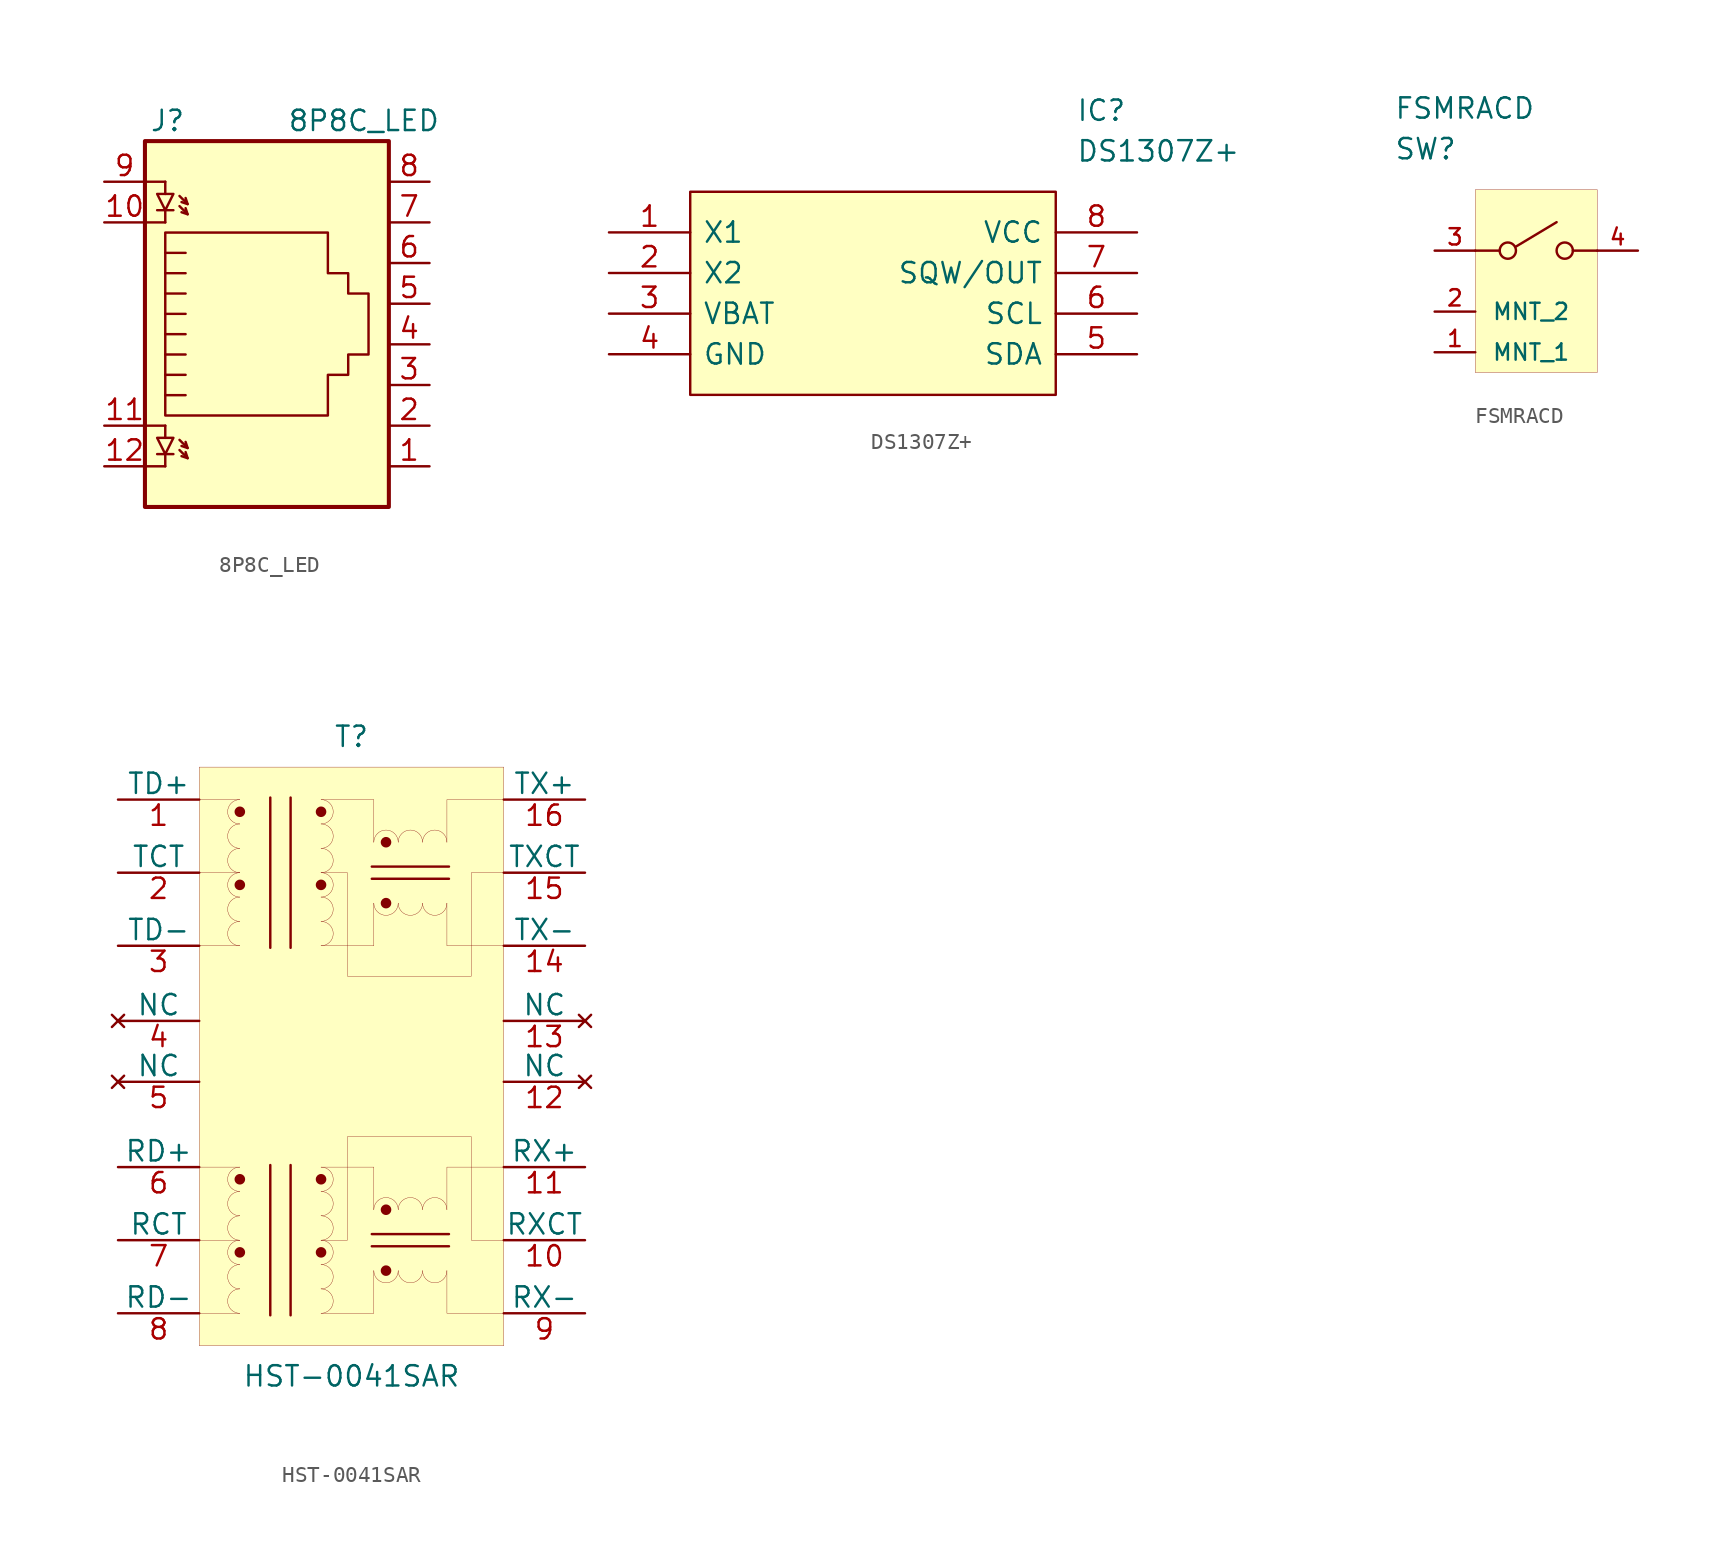
<source format=kicad_sym>
(kicad_symbol_lib
  (version 20201005)
  (generator kicad_symbol_editor)
  (symbol "ebaz4205:8P8C_LED"
    (pin_names
      (offset 1.016))
    (property "Reference" "J"
      (at -5.08 13.97 0)
      (effects (font (size 1.27 1.27)) (justify right)))
    (property "Value" "8P8C_LED"
      (at 1.27 13.97 0)
      (effects (font (size 1.27 1.27)) (justify left)))
    (symbol "8P8C_LED_0_1"
      (rectangle (start 7.62 12.7) (end -7.62 -10.16) (stroke (width 0.254)) (fill (type background)))
      (polyline (pts (xy -7.62 -7.62) (xy -6.35 -7.62)) (stroke (width 0)) (fill (type none)))
      (polyline (pts (xy -7.62 -5.08) (xy -6.35 -5.08)) (stroke (width 0)) (fill (type none)))
      (polyline (pts (xy -7.62 7.62) (xy -6.35 7.62)) (stroke (width 0)) (fill (type none)))
      (polyline (pts (xy -7.62 10.16) (xy -6.35 10.16)) (stroke (width 0)) (fill (type none)))
      (polyline (pts (xy -5.842 8.382) (xy -6.858 8.382)) (stroke (width 0)) (fill (type none)))
      (polyline (pts (xy -6.35 -7.62) (xy -6.35 -6.858)) (stroke (width 0)) (fill (type none)))
      (polyline (pts (xy -6.35 -5.08) (xy -6.35 -5.842)) (stroke (width 0)) (fill (type none)))
      (polyline (pts (xy -6.35 7.62) (xy -6.35 8.382)) (stroke (width 0)) (fill (type none)))
      (polyline (pts (xy -6.35 10.16) (xy -6.35 9.398)) (stroke (width 0)) (fill (type none)))
      (polyline (pts (xy -5.08 4.445) (xy -6.35 4.445)) (stroke (width 0)) (fill (type none)))
      (polyline (pts (xy -5.08 5.715) (xy -6.35 5.715)) (stroke (width 0)) (fill (type none)))
      (polyline (pts (xy -4.953 8.128) (xy -5.334 8.255)) (stroke (width 0)) (fill (type none)))
      (polyline (pts (xy -4.953 8.763) (xy -5.334 8.89)) (stroke (width 0)) (fill (type none)))
      (polyline (pts (xy -6.35 -3.175) (xy -5.08 -3.175) (xy -5.08 -3.175)) (stroke (width 0)) (fill (type none)))
      (polyline (pts (xy -6.35 -1.905) (xy -5.08 -1.905) (xy -5.08 -1.905)) (stroke (width 0)) (fill (type none)))
      (polyline (pts (xy -6.35 -0.635) (xy -5.08 -0.635) (xy -5.08 -0.635)) (stroke (width 0)) (fill (type none)))
      (polyline (pts (xy -6.35 0.635) (xy -5.08 0.635) (xy -5.08 0.635)) (stroke (width 0)) (fill (type none)))
      (polyline (pts (xy -6.35 1.905) (xy -5.08 1.905) (xy -5.08 1.905)) (stroke (width 0)) (fill (type none)))
      (polyline (pts (xy -5.461 8.636) (xy -4.953 8.128) (xy -5.08 8.509)) (stroke (width 0)) (fill (type none)))
      (polyline (pts (xy -5.461 9.271) (xy -4.953 8.763) (xy -5.08 9.144)) (stroke (width 0)) (fill (type none)))
      (polyline (pts (xy -5.08 3.175) (xy -6.35 3.175) (xy -6.35 3.175)) (stroke (width 0)) (fill (type none)))
      (polyline (pts (xy -6.35 8.382) (xy -5.842 9.398) (xy -6.858 9.398) (xy -6.35 8.382)) (stroke (width 0)) (fill (type none)))
      (polyline (pts (xy -6.35 -4.445) (xy -6.35 6.985) (xy 3.81 6.985) (xy 3.81 4.445) (xy 5.08 4.445) (xy 5.08 3.175) (xy 6.35 3.175) (xy 6.35 -0.635) (xy 5.08 -0.635) (xy 5.08 -1.905) (xy 3.81 -1.905) (xy 3.81 -4.445) (xy -6.35 -4.445) (xy -6.35 -4.445)) (stroke (width 0)) (fill (type none)))
      (polyline (pts (xy -5.842 -6.858) (xy -6.858 -6.858)) (stroke (width 0)) (fill (type none)))
      (polyline (pts (xy -4.953 -7.112) (xy -5.334 -6.985)) (stroke (width 0)) (fill (type none)))
      (polyline (pts (xy -4.953 -6.477) (xy -5.334 -6.35)) (stroke (width 0)) (fill (type none)))
      (polyline (pts (xy -5.461 -6.604) (xy -4.953 -7.112) (xy -5.08 -6.731)) (stroke (width 0)) (fill (type none)))
      (polyline (pts (xy -5.461 -5.969) (xy -4.953 -6.477) (xy -5.08 -6.096)) (stroke (width 0)) (fill (type none)))
      (polyline (pts (xy -6.35 -6.858) (xy -5.842 -5.842) (xy -6.858 -5.842) (xy -6.35 -6.858)) (stroke (width 0)) (fill (type none))))
    (symbol "8P8C_LED_1_1"
      (pin passive line (at 10.16 -7.62 180) (length 2.54) (name "~" (effects (font (size 1.27 1.27)))) (number "1" (effects (font (size 1.27 1.27)))))
      (pin passive line (at -10.16 7.62 0) (length 2.54) (name "~" (effects (font (size 1.27 1.27)))) (number "10" (effects (font (size 1.27 1.27)))))
      (pin passive line (at -10.16 -5.08 0) (length 2.54) (name "~" (effects (font (size 1.27 1.27)))) (number "11" (effects (font (size 1.27 1.27)))))
      (pin passive line (at -10.16 -7.62 0) (length 2.54) (name "~" (effects (font (size 1.27 1.27)))) (number "12" (effects (font (size 1.27 1.27)))))
      (pin passive line (at 10.16 -5.08 180) (length 2.54) (name "~" (effects (font (size 1.27 1.27)))) (number "2" (effects (font (size 1.27 1.27)))))
      (pin passive line (at 10.16 -2.54 180) (length 2.54) (name "~" (effects (font (size 1.27 1.27)))) (number "3" (effects (font (size 1.27 1.27)))))
      (pin passive line (at 10.16 0 180) (length 2.54) (name "~" (effects (font (size 1.27 1.27)))) (number "4" (effects (font (size 1.27 1.27)))))
      (pin passive line (at 10.16 2.54 180) (length 2.54) (name "~" (effects (font (size 1.27 1.27)))) (number "5" (effects (font (size 1.27 1.27)))))
      (pin passive line (at 10.16 5.08 180) (length 2.54) (name "~" (effects (font (size 1.27 1.27)))) (number "6" (effects (font (size 1.27 1.27)))))
      (pin passive line (at 10.16 7.62 180) (length 2.54) (name "~" (effects (font (size 1.27 1.27)))) (number "7" (effects (font (size 1.27 1.27)))))
      (pin passive line (at 10.16 10.16 180) (length 2.54) (name "~" (effects (font (size 1.27 1.27)))) (number "8" (effects (font (size 1.27 1.27)))))
      (pin passive line (at -10.16 10.16 0) (length 2.54) (name "~" (effects (font (size 1.27 1.27)))) (number "9" (effects (font (size 1.27 1.27)))))))
  (symbol "ebaz4205:DS1307Z+"
    (pin_names
      (offset 0.762))
    (property "Reference" "IC"
      (at 29.21 7.62 0)
      (effects (font (size 1.27 1.27)) (justify left)))
    (property "Value" "DS1307Z+"
      (at 29.21 5.08 0)
      (effects (font (size 1.27 1.27)) (justify left)))
    (symbol "DS1307Z+_0_0"
      (pin passive line (at 0 0 0) (length 5.08) (name "X1" (effects (font (size 1.27 1.27)))) (number "1" (effects (font (size 1.27 1.27)))))
      (pin passive line (at 0 -2.54 0) (length 5.08) (name "X2" (effects (font (size 1.27 1.27)))) (number "2" (effects (font (size 1.27 1.27)))))
      (pin passive line (at 0 -5.08 0) (length 5.08) (name "VBAT" (effects (font (size 1.27 1.27)))) (number "3" (effects (font (size 1.27 1.27)))))
      (pin passive line (at 0 -7.62 0) (length 5.08) (name "GND" (effects (font (size 1.27 1.27)))) (number "4" (effects (font (size 1.27 1.27)))))
      (pin passive line (at 33.02 0 180) (length 5.08) (name "VCC" (effects (font (size 1.27 1.27)))) (number "8" (effects (font (size 1.27 1.27)))))
      (pin passive line (at 33.02 -2.54 180) (length 5.08) (name "SQW/OUT" (effects (font (size 1.27 1.27)))) (number "7" (effects (font (size 1.27 1.27)))))
      (pin passive line (at 33.02 -5.08 180) (length 5.08) (name "SCL" (effects (font (size 1.27 1.27)))) (number "6" (effects (font (size 1.27 1.27)))))
      (pin passive line (at 33.02 -7.62 180) (length 5.08) (name "SDA" (effects (font (size 1.27 1.27)))) (number "5" (effects (font (size 1.27 1.27))))))
    (symbol "DS1307Z+_0_1"
      (polyline (pts (xy 5.08 2.54) (xy 27.94 2.54) (xy 27.94 -10.16) (xy 5.08 -10.16) (xy 5.08 2.54)) (stroke (width 0.152)) (fill (type background)))))
  (symbol "ebaz4205:FSMRACD"
    (pin_names
      (offset 1.016))
    (property "Reference" "SW"
      (at 0 7.62 0)
      (effects (font (size 1.27 1.27)) (justify left)))
    (property "Value" "FSMRACD"
      (at 0 10.16 0)
      (effects (font (size 1.27 1.27)) (justify left)))
    (property "ki_locked" ""
      (at 0 0 0)
      (effects (font (size 1.27 1.27))))
    (symbol "FSMRACD_1_1"
      (circle (center 7.112 1.27) (radius 0.508) (stroke (width 0)) (fill (type none)))
      (circle (center 10.668 1.27) (radius 0.508) (stroke (width 0)) (fill (type none)))
      (rectangle (start 5.08 5.08) (end 12.7 -6.35) (stroke (width 0.001)) (fill (type background)))
      (polyline (pts (xy 7.62 1.524) (xy 10.16 3.048)) (stroke (width 0)) (fill (type none)))
      (polyline (pts (xy 5.08 1.27) (xy 6.604 1.27)) (stroke (width 0)) (fill (type none)))
      (polyline (pts (xy 12.7 1.27) (xy 11.176 1.27)) (stroke (width 0)) (fill (type none)))
      (pin passive line (at 2.54 1.27 0) (length 2.54) (name "3" (effects (font (size 0 0)))) (number "3" (effects (font (size 1.016 1.016)))))
      (pin passive line (at 15.24 1.27 180) (length 2.54) (name "4" (effects (font (size 0 0)))) (number "4" (effects (font (size 1.016 1.016)))))
      (pin passive line (at 2.54 -5.08 0) (length 2.54) (name "MNT_1" (effects (font (size 1.016 1.016)))) (number "1" (effects (font (size 1.016 1.016)))))
      (pin passive line (at 2.54 -2.54 0) (length 2.54) (name "MNT_2" (effects (font (size 1.016 1.016)))) (number "2" (effects (font (size 1.016 1.016)))))))
  (symbol "ebaz4205:HST-0041SAR"
    (pin_names
      (offset 0))
    (property "Reference" "T"
      (at 0 19.685 0)
      (effects (font (size 1.27 1.27))))
    (property "Value" "HST-0041SAR"
      (at 0 -20.32 0)
      (effects (font (size 1.27 1.27))))
    (symbol "HST-0041SAR_0_1"
      (arc (start -6.985 12.7) (end -6.985 11.176) (radius (at -6.985 11.938) (length 0.762) (angles 90 -90)) (stroke (width 0.0006)) (fill (type none)))
      (arc (start -6.985 14.224) (end -6.985 12.7) (radius (at -6.985 13.462) (length 0.762) (angles 90 -90)) (stroke (width 0.0006)) (fill (type none)))
      (arc (start -1.905 11.176) (end -1.905 12.7) (radius (at -1.905 11.938) (length 0.762) (angles -90 90)) (stroke (width 0.0006)) (fill (type none)))
      (arc (start -1.905 12.7) (end -1.905 14.224) (radius (at -1.905 13.462) (length 0.762) (angles -90 90)) (stroke (width 0.0006)) (fill (type none)))
      (arc (start -1.905 14.224) (end -1.905 15.748) (radius (at -1.905 14.986) (length 0.762) (angles -90 90)) (stroke (width 0.0006)) (fill (type none)))
      (arc (start -6.985 8.128) (end -6.985 6.604) (radius (at -6.985 7.366) (length 0.762) (angles 90 -90)) (stroke (width 0.0006)) (fill (type none)))
      (arc (start -6.985 9.652) (end -6.985 8.128) (radius (at -6.985 8.89) (length 0.762) (angles 90 -90)) (stroke (width 0.0006)) (fill (type none)))
      (arc (start -1.905 6.604) (end -1.905 8.128) (radius (at -1.905 7.366) (length 0.762) (angles -90 90)) (stroke (width 0.0006)) (fill (type none)))
      (arc (start -1.905 8.128) (end -1.905 9.652) (radius (at -1.905 8.89) (length 0.762) (angles -90 90)) (stroke (width 0.0006)) (fill (type none)))
      (arc (start -1.905 9.652) (end -1.905 11.176) (radius (at -1.905 10.414) (length 0.762) (angles -90 90)) (stroke (width 0.0006)) (fill (type none)))
      (arc (start 2.921 13.081) (end 1.397 13.081) (radius (at 2.159 13.081) (length 0.762) (angles 0 180)) (stroke (width 0.0006)) (fill (type none)))
      (arc (start 4.445 13.081) (end 2.921 13.081) (radius (at 3.683 13.081) (length 0.762) (angles 0 180)) (stroke (width 0.0006)) (fill (type none)))
      (arc (start 1.397 9.271) (end 2.921 9.271) (radius (at 2.159 9.271) (length 0.762) (angles 180 0)) (stroke (width 0.0006)) (fill (type none)))
      (arc (start 2.921 9.271) (end 4.445 9.271) (radius (at 3.683 9.271) (length 0.762) (angles 180 0)) (stroke (width 0.0006)) (fill (type none)))
      (arc (start 4.445 9.271) (end 5.969 9.271) (radius (at 5.207 9.271) (length 0.762) (angles 180 0)) (stroke (width 0.0006)) (fill (type none)))
      (arc (start -6.985 -10.287) (end -6.985 -11.811) (radius (at -6.985 -11.049) (length 0.762) (angles 90 -90)) (stroke (width 0.0006)) (fill (type none)))
      (arc (start -6.985 -8.763) (end -6.985 -10.287) (radius (at -6.985 -9.525) (length 0.762) (angles 90 -90)) (stroke (width 0.0006)) (fill (type none)))
      (arc (start -1.905 -11.811) (end -1.905 -10.287) (radius (at -1.905 -11.049) (length 0.762) (angles -90 90)) (stroke (width 0.0006)) (fill (type none)))
      (arc (start -1.905 -10.287) (end -1.905 -8.763) (radius (at -1.905 -9.525) (length 0.762) (angles -90 90)) (stroke (width 0.0006)) (fill (type none)))
      (arc (start -1.905 -8.763) (end -1.905 -7.239) (radius (at -1.905 -8.001) (length 0.762) (angles -90 90)) (stroke (width 0.0006)) (fill (type none)))
      (arc (start -6.985 -14.859) (end -6.985 -16.383) (radius (at -6.985 -15.621) (length 0.762) (angles 90 -90)) (stroke (width 0.0006)) (fill (type none)))
      (arc (start -6.985 -13.335) (end -6.985 -14.859) (radius (at -6.985 -14.097) (length 0.762) (angles 90 -90)) (stroke (width 0.0006)) (fill (type none)))
      (arc (start -1.905 -16.383) (end -1.905 -14.859) (radius (at -1.905 -15.621) (length 0.762) (angles -90 90)) (stroke (width 0.0006)) (fill (type none)))
      (arc (start -1.905 -14.859) (end -1.905 -13.335) (radius (at -1.905 -14.097) (length 0.762) (angles -90 90)) (stroke (width 0.0006)) (fill (type none)))
      (arc (start -1.905 -13.335) (end -1.905 -11.811) (radius (at -1.905 -12.573) (length 0.762) (angles -90 90)) (stroke (width 0.0006)) (fill (type none)))
      (arc (start 2.921 -9.906) (end 1.397 -9.906) (radius (at 2.159 -9.906) (length 0.762) (angles 0 180)) (stroke (width 0.0006)) (fill (type none)))
      (arc (start 4.445 -9.906) (end 2.921 -9.906) (radius (at 3.683 -9.906) (length 0.762) (angles 0 180)) (stroke (width 0.0006)) (fill (type none)))
      (arc (start 1.397 -13.716) (end 2.921 -13.716) (radius (at 2.159 -13.716) (length 0.762) (angles 180 0)) (stroke (width 0.0006)) (fill (type none)))
      (arc (start 2.921 -13.716) (end 4.445 -13.716) (radius (at 3.683 -13.716) (length 0.762) (angles 180 0)) (stroke (width 0.0006)) (fill (type none)))
      (arc (start 4.445 -13.716) (end 5.969 -13.716) (radius (at 5.207 -13.716) (length 0.762) (angles 180 0)) (stroke (width 0.0006)) (fill (type none)))
      (circle (center -6.985 14.986) (radius 0.254) (stroke (width 0)) (fill (type outline)))
      (circle (center -1.905 14.986) (radius 0.254) (stroke (width 0)) (fill (type outline)))
      (circle (center -6.985 10.414) (radius 0.254) (stroke (width 0)) (fill (type outline)))
      (circle (center -1.905 10.414) (radius 0.254) (stroke (width 0)) (fill (type outline)))
      (circle (center 2.159 13.081) (radius 0.254) (stroke (width 0)) (fill (type outline)))
      (circle (center 2.159 9.271) (radius 0.254) (stroke (width 0)) (fill (type outline)))
      (circle (center -6.985 -8.001) (radius 0.254) (stroke (width 0)) (fill (type outline)))
      (circle (center -1.905 -8.001) (radius 0.254) (stroke (width 0)) (fill (type outline)))
      (circle (center -6.985 -12.573) (radius 0.254) (stroke (width 0)) (fill (type outline)))
      (circle (center -1.905 -12.573) (radius 0.254) (stroke (width 0)) (fill (type outline)))
      (circle (center 2.159 -9.906) (radius 0.254) (stroke (width 0)) (fill (type outline)))
      (circle (center 2.159 -13.716) (radius 0.254) (stroke (width 0)) (fill (type outline)))
      (rectangle (start -9.525 17.78) (end 9.525 -18.415) (stroke (width 0.001)) (fill (type background)))
      (polyline (pts (xy -5.08 15.875) (xy -5.08 6.477)) (stroke (width 0)) (fill (type none)))
      (polyline (pts (xy -3.81 15.875) (xy -3.81 6.477)) (stroke (width 0)) (fill (type none)))
      (polyline (pts (xy 6.096 11.557) (xy 1.27 11.557)) (stroke (width 0)) (fill (type none)))
      (polyline (pts (xy 6.096 10.795) (xy 1.27 10.795)) (stroke (width 0)) (fill (type none)))
      (polyline (pts (xy -1.905 15.748) (xy 1.397 15.748) (xy 1.397 13.081)) (stroke (width 0.001)) (fill (type none)))
      (polyline (pts (xy -1.905 6.604) (xy 1.397 6.604) (xy 1.397 9.271)) (stroke (width 0.001)) (fill (type none)))
      (polyline (pts (xy -6.985 15.748) (xy -9.525 15.748)) (stroke (width 0.001)) (fill (type none)))
      (polyline (pts (xy -6.985 11.176) (xy -9.525 11.176)) (stroke (width 0.001)) (fill (type none)))
      (polyline (pts (xy -6.985 6.604) (xy -9.525 6.604)) (stroke (width 0.001)) (fill (type none)))
      (polyline (pts (xy 5.969 13.081) (xy 5.969 15.748) (xy 9.525 15.748)) (stroke (width 0.001)) (fill (type none)))
      (polyline (pts (xy 5.969 9.271) (xy 5.969 6.604) (xy 9.525 6.604)) (stroke (width 0.001)) (fill (type none)))
      (polyline (pts (xy -1.905 11.176) (xy -0.254 11.176) (xy -0.254 4.699) (xy 7.493 4.699) (xy 7.493 11.176) (xy 9.525 11.176)) (stroke (width 0.001)) (fill (type none)))
      (polyline (pts (xy -5.08 -7.112) (xy -5.08 -16.51)) (stroke (width 0)) (fill (type none)))
      (polyline (pts (xy -3.81 -7.112) (xy -3.81 -16.51)) (stroke (width 0)) (fill (type none)))
      (polyline (pts (xy 6.096 -11.43) (xy 1.27 -11.43)) (stroke (width 0)) (fill (type none)))
      (polyline (pts (xy 6.096 -12.192) (xy 1.27 -12.192)) (stroke (width 0)) (fill (type none)))
      (polyline (pts (xy -1.905 -7.239) (xy 1.397 -7.239) (xy 1.397 -9.906)) (stroke (width 0.001)) (fill (type none)))
      (polyline (pts (xy -1.905 -16.383) (xy 1.397 -16.383) (xy 1.397 -13.716)) (stroke (width 0.001)) (fill (type none)))
      (polyline (pts (xy -6.985 -7.239) (xy -9.525 -7.239)) (stroke (width 0.001)) (fill (type none)))
      (polyline (pts (xy -6.985 -11.811) (xy -9.525 -11.811)) (stroke (width 0.001)) (fill (type none)))
      (polyline (pts (xy -6.985 -16.383) (xy -9.525 -16.383)) (stroke (width 0.001)) (fill (type none)))
      (polyline (pts (xy 5.969 -9.906) (xy 5.969 -7.239) (xy 9.525 -7.239)) (stroke (width 0.001)) (fill (type none)))
      (polyline (pts (xy 5.969 -13.716) (xy 5.969 -16.383) (xy 9.525 -16.383)) (stroke (width 0.001)) (fill (type none)))
      (polyline (pts (xy -1.905 -11.811) (xy -0.254 -11.811) (xy -0.254 -5.334) (xy 7.493 -5.334) (xy 7.493 -11.811) (xy 9.525 -11.811)) (stroke (width 0.001)) (fill (type none))))
    (symbol "HST-0041SAR_1_1"
      (arc (start -6.985 15.748) (end -6.985 14.224) (radius (at -6.985 14.986) (length 0.762) (angles 90 -90)) (stroke (width 0.0006)) (fill (type none)))
      (arc (start -6.985 11.176) (end -6.985 9.652) (radius (at -6.985 10.414) (length 0.762) (angles 90 -90)) (stroke (width 0.0006)) (fill (type none)))
      (arc (start 5.969 13.081) (end 4.445 13.081) (radius (at 5.207 13.081) (length 0.762) (angles 0 180)) (stroke (width 0.0006)) (fill (type none)))
      (arc (start -6.985 -7.239) (end -6.985 -8.763) (radius (at -6.985 -8.001) (length 0.762) (angles 90 -90)) (stroke (width 0.0006)) (fill (type none)))
      (arc (start -6.985 -11.811) (end -6.985 -13.335) (radius (at -6.985 -12.573) (length 0.762) (angles 90 -90)) (stroke (width 0.0006)) (fill (type none)))
      (arc (start 5.969 -9.906) (end 4.445 -9.906) (radius (at 5.207 -9.906) (length 0.762) (angles 0 180)) (stroke (width 0.0006)) (fill (type none)))
      (pin passive line (at -14.605 15.748 0) (length 5.08) (name "TD+" (effects (font (size 1.27 1.27)))) (number "1" (effects (font (size 1.27 1.27)))))
      (pin passive line (at -14.605 11.176 0) (length 5.08) (name "TCT" (effects (font (size 1.27 1.27)))) (number "2" (effects (font (size 1.27 1.27)))))
      (pin passive line (at -14.605 6.604 0) (length 5.08) (name "TD-" (effects (font (size 1.27 1.27)))) (number "3" (effects (font (size 1.27 1.27)))))
      (pin passive line (at -14.605 -7.239 0) (length 5.08) (name "RD+" (effects (font (size 1.27 1.27)))) (number "6" (effects (font (size 1.27 1.27)))))
      (pin passive line (at -14.605 -11.811 0) (length 5.08) (name "RCT" (effects (font (size 1.27 1.27)))) (number "7" (effects (font (size 1.27 1.27)))))
      (pin passive line (at -14.605 -16.383 0) (length 5.08) (name "RD-" (effects (font (size 1.27 1.27)))) (number "8" (effects (font (size 1.27 1.27)))))
      (pin passive line (at 14.605 15.748 180) (length 5.08) (name "TX+" (effects (font (size 1.27 1.27)))) (number "16" (effects (font (size 1.27 1.27)))))
      (pin passive line (at 14.605 11.176 180) (length 5.08) (name "TXCT" (effects (font (size 1.27 1.27)))) (number "15" (effects (font (size 1.27 1.27)))))
      (pin passive line (at 14.605 6.604 180) (length 5.08) (name "TX-" (effects (font (size 1.27 1.27)))) (number "14" (effects (font (size 1.27 1.27)))))
      (pin passive line (at 14.605 -7.239 180) (length 5.08) (name "RX+" (effects (font (size 1.27 1.27)))) (number "11" (effects (font (size 1.27 1.27)))))
      (pin passive line (at 14.605 -11.811 180) (length 5.08) (name "RXCT" (effects (font (size 1.27 1.27)))) (number "10" (effects (font (size 1.27 1.27)))))
      (pin passive line (at 14.605 -16.383 180) (length 5.08) (name "RX-" (effects (font (size 1.27 1.27)))) (number "9" (effects (font (size 1.27 1.27)))))
      (pin unconnected line (at -14.605 1.905 0) (length 5.08) (name "NC" (effects (font (size 1.27 1.27)))) (number "4" (effects (font (size 1.27 1.27)))))
      (pin unconnected line (at -14.605 -1.905 0) (length 5.08) (name "NC" (effects (font (size 1.27 1.27)))) (number "5" (effects (font (size 1.27 1.27)))))
      (pin unconnected line (at 14.605 1.905 180) (length 5.08) (name "NC" (effects (font (size 1.27 1.27)))) (number "13" (effects (font (size 1.27 1.27)))))
      (pin unconnected line (at 14.605 -1.905 180) (length 5.08) (name "NC" (effects (font (size 1.27 1.27)))) (number "12" (effects (font (size 1.27 1.27))))))))
</source>
